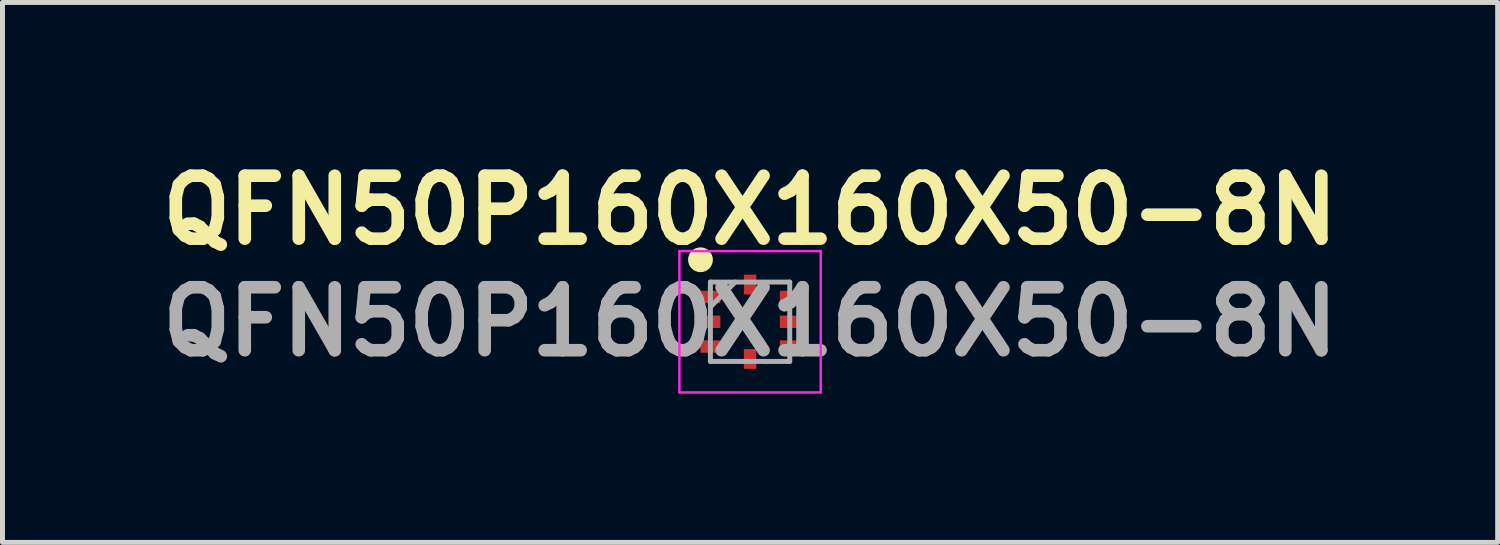
<source format=kicad_pcb>
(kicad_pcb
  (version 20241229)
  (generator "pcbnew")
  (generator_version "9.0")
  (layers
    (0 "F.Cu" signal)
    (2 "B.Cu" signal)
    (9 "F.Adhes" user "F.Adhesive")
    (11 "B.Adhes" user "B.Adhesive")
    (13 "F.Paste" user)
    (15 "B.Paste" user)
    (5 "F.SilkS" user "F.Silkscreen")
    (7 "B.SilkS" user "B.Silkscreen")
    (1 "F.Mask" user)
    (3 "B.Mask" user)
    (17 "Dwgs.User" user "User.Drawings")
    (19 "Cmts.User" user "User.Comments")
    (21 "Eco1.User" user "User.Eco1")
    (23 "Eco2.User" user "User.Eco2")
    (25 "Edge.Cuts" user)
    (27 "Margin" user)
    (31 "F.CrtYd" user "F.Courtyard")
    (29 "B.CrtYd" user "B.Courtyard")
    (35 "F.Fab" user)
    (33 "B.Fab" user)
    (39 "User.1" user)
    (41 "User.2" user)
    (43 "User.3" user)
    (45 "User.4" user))
  (footprint "QFN50P160X160X50-8N"
    (layer "F.Cu")
    (at 12.077 3.439)
    (property "Reference" "QFN50P160X160X50-8N" (at 0 -2.25 0) (layer "F.SilkS") (effects (font (size 1.27 1.27) (thickness 0.254))))
    (attr smd)
    (fp_circle (center -1 -1.25) (end -1 -1.125) (stroke (width 0.25) (type solid)) (fill no) (layer "F.SilkS"))
    (fp_line (start -1.425 -1.425) (end 1.425 -1.425) (stroke (width 0.05) (type solid)) (layer "F.CrtYd"))
    (fp_line (start -1.425 1.425) (end -1.425 -1.425) (stroke (width 0.05) (type solid)) (layer "F.CrtYd"))
    (fp_line (start 1.425 -1.425) (end 1.425 1.425) (stroke (width 0.05) (type solid)) (layer "F.CrtYd"))
    (fp_line (start 1.425 1.425) (end -1.425 1.425) (stroke (width 0.05) (type solid)) (layer "F.CrtYd"))
    (fp_line (start -0.8 -0.8) (end 0.8 -0.8) (stroke (width 0.1) (type solid)) (layer "F.Fab"))
    (fp_line (start -0.8 -0.3) (end -0.3 -0.8) (stroke (width 0.1) (type solid)) (layer "F.Fab"))
    (fp_line (start -0.8 0.8) (end -0.8 -0.8) (stroke (width 0.1) (type solid)) (layer "F.Fab"))
    (fp_line (start 0.8 -0.8) (end 0.8 0.8) (stroke (width 0.1) (type solid)) (layer "F.Fab"))
    (fp_line (start 0.8 0.8) (end -0.8 0.8) (stroke (width 0.1) (type solid)) (layer "F.Fab"))
    (fp_text user "${REFERENCE}" (at 0 0 0) (layer "F.Fab") (effects (font (size 1.27 1.27) (thickness 0.254))))
    (pad "1" smd rect (at -0.8 -0.5 90) (size 0.25 0.4) (layers "F.Cu" "F.Mask" "F.Paste"))
    (pad "2" smd rect (at -0.8 0 90) (size 0.25 0.4) (layers "F.Cu" "F.Mask" "F.Paste"))
    (pad "3" smd rect (at -0.8 0.5 90) (size 0.25 0.4) (layers "F.Cu" "F.Mask" "F.Paste"))
    (pad "4" smd rect (at 0 0.75) (size 0.25 0.4) (layers "F.Cu" "F.Mask" "F.Paste"))
    (pad "5" smd rect (at 0.8 0.5 90) (size 0.25 0.4) (layers "F.Cu" "F.Mask" "F.Paste"))
    (pad "6" smd rect (at 0.8 0 90) (size 0.25 0.4) (layers "F.Cu" "F.Mask" "F.Paste"))
    (pad "7" smd rect (at 0.8 -0.5 90) (size 0.25 0.4) (layers "F.Cu" "F.Mask" "F.Paste"))
    (pad "8" smd rect (at 0 -0.75) (size 0.25 0.4) (layers "F.Cu" "F.Mask" "F.Paste")))
  (gr_rect
    (start -3 -3)
    (end 27.154 7.889)
    (stroke (width 0.1) (type default))
    (fill no)
    (layer "Edge.Cuts")))
</source>
